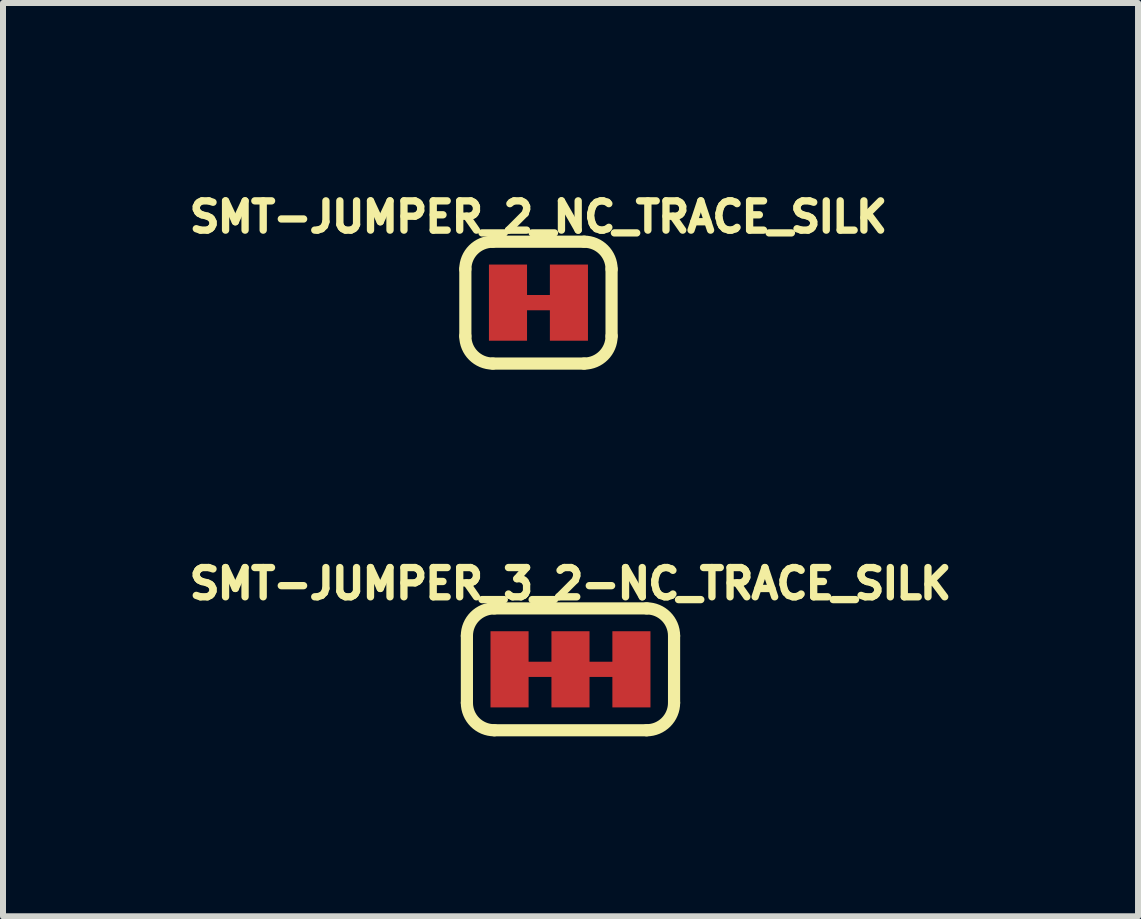
<source format=kicad_pcb>
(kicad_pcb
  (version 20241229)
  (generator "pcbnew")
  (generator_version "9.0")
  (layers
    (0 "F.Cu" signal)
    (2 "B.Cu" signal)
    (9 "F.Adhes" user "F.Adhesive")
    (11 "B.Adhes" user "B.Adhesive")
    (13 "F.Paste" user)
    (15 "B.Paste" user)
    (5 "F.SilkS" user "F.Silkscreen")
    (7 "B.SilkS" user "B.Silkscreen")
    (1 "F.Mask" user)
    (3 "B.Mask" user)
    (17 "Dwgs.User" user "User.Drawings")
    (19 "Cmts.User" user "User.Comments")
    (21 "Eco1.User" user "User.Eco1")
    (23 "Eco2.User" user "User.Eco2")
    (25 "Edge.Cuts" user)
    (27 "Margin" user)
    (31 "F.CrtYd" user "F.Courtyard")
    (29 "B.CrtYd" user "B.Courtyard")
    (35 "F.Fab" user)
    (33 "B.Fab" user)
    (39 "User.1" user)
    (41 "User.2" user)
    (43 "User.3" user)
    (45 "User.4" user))
  (footprint "SMT-JUMPER_3_2-NC_TRACE_SILK"
    (layer "F.Cu")
    (at 6.462 8.11)
    (property "Reference" "SMT-JUMPER_3_2-NC_TRACE_SILK" (at 0 -1.143 0) (layer "F.SilkS") (effects (font (size 0.488 0.488) (thickness 0.122)) (justify bottom)))
    (fp_line (start 0 0) (end -1.016 0) (stroke (width 0.254) (type solid)) (layer "F.Cu"))
    (fp_line (start 0 0) (end 1.016 0) (stroke (width 0.254) (type solid)) (layer "F.Cu"))
    (fp_poly (pts (xy -0.254 0.191) (xy -0.762 0.191) (xy -0.762 -0.191) (xy -0.254 -0.191)) (stroke (width 0) (type default)) (fill yes) (layer "F.Mask"))
    (fp_poly (pts (xy 0.762 0.191) (xy 0.254 0.191) (xy 0.254 -0.191) (xy 0.762 -0.191)) (stroke (width 0) (type default)) (fill yes) (layer "F.Mask"))
    (fp_line (start -1.727 0.559) (end -1.727 -0.559) (stroke (width 0.203) (type solid)) (layer "F.SilkS"))
    (fp_line (start -1.27 -1.016) (end 1.27 -1.016) (stroke (width 0.203) (type solid)) (layer "F.SilkS"))
    (fp_line (start 1.27 1.016) (end -1.27 1.016) (stroke (width 0.203) (type solid)) (layer "F.SilkS"))
    (fp_line (start 1.727 0.559) (end 1.727 -0.559) (stroke (width 0.203) (type solid)) (layer "F.SilkS"))
    (fp_arc (start -1.7272 -0.5588) (mid -1.593289 -0.882089) (end -1.27 -1.016) (stroke (width 0.2032) (type solid)) (layer "F.SilkS"))
    (fp_arc (start -1.27 1.016) (mid -1.593289 0.882089) (end -1.7272 0.5588) (stroke (width 0.2032) (type solid)) (layer "F.SilkS"))
    (fp_arc (start 1.27 -1.016) (mid 1.593289 -0.882089) (end 1.7272 -0.5588) (stroke (width 0.2032) (type solid)) (layer "F.SilkS"))
    (fp_arc (start 1.7272 0.5588) (mid 1.593289 0.882089) (end 1.27 1.016) (stroke (width 0.2032) (type solid)) (layer "F.SilkS"))
    (pad "1" smd rect (at -1.016 0) (size 0.635 1.27) (layers "F.Cu" "F.Mask"))
    (pad "2" smd rect (at 0 0) (size 0.635 1.27) (layers "F.Cu" "F.Mask"))
    (pad "3" smd rect (at 1.016 0) (size 0.635 1.27) (layers "F.Cu" "F.Mask")))
  (footprint "SMT-JUMPER_2_NC_TRACE_SILK"
    (layer "F.Cu")
    (at 5.928 1.996)
    (property "Reference" "SMT-JUMPER_2_NC_TRACE_SILK" (at 0 -1.143 0) (layer "F.SilkS") (effects (font (size 0.488 0.488) (thickness 0.122)) (justify bottom)))
    (fp_line (start -0.508 0) (end 0.508 0) (stroke (width 0.254) (type solid)) (layer "F.Cu"))
    (fp_poly (pts (xy 0.254 0.191) (xy -0.254 0.191) (xy -0.254 -0.191) (xy 0.254 -0.191)) (stroke (width 0) (type default)) (fill yes) (layer "F.Mask"))
    (fp_line (start -1.219 0.559) (end -1.219 -0.559) (stroke (width 0.203) (type solid)) (layer "F.SilkS"))
    (fp_line (start -0.762 -1.016) (end 0.762 -1.016) (stroke (width 0.203) (type solid)) (layer "F.SilkS"))
    (fp_line (start 0.762 1.016) (end -0.762 1.016) (stroke (width 0.203) (type solid)) (layer "F.SilkS"))
    (fp_line (start 1.219 0.559) (end 1.219 -0.559) (stroke (width 0.203) (type solid)) (layer "F.SilkS"))
    (fp_arc (start -1.2192 -0.5588) (mid -1.085289 -0.882089) (end -0.762 -1.016) (stroke (width 0.2032) (type solid)) (layer "F.SilkS"))
    (fp_arc (start -0.762 1.016) (mid -1.085289 0.882089) (end -1.2192 0.5588) (stroke (width 0.2032) (type solid)) (layer "F.SilkS"))
    (fp_arc (start 0.762 -1.016) (mid 1.085289 -0.882089) (end 1.2192 -0.5588) (stroke (width 0.2032) (type solid)) (layer "F.SilkS"))
    (fp_arc (start 1.2192 0.5588) (mid 1.085289 0.882089) (end 0.762 1.016) (stroke (width 0.2032) (type solid)) (layer "F.SilkS"))
    (pad "1" smd rect (at -0.508 0) (size 0.635 1.27) (layers "F.Cu" "F.Mask"))
    (pad "2" smd rect (at 0.508 0) (size 0.635 1.27) (layers "F.Cu" "F.Mask")))
  (gr_rect
    (start -3 -3)
    (end 15.925 12.228)
    (stroke (width 0.1) (type default))
    (fill no)
    (layer "Edge.Cuts")))
</source>
